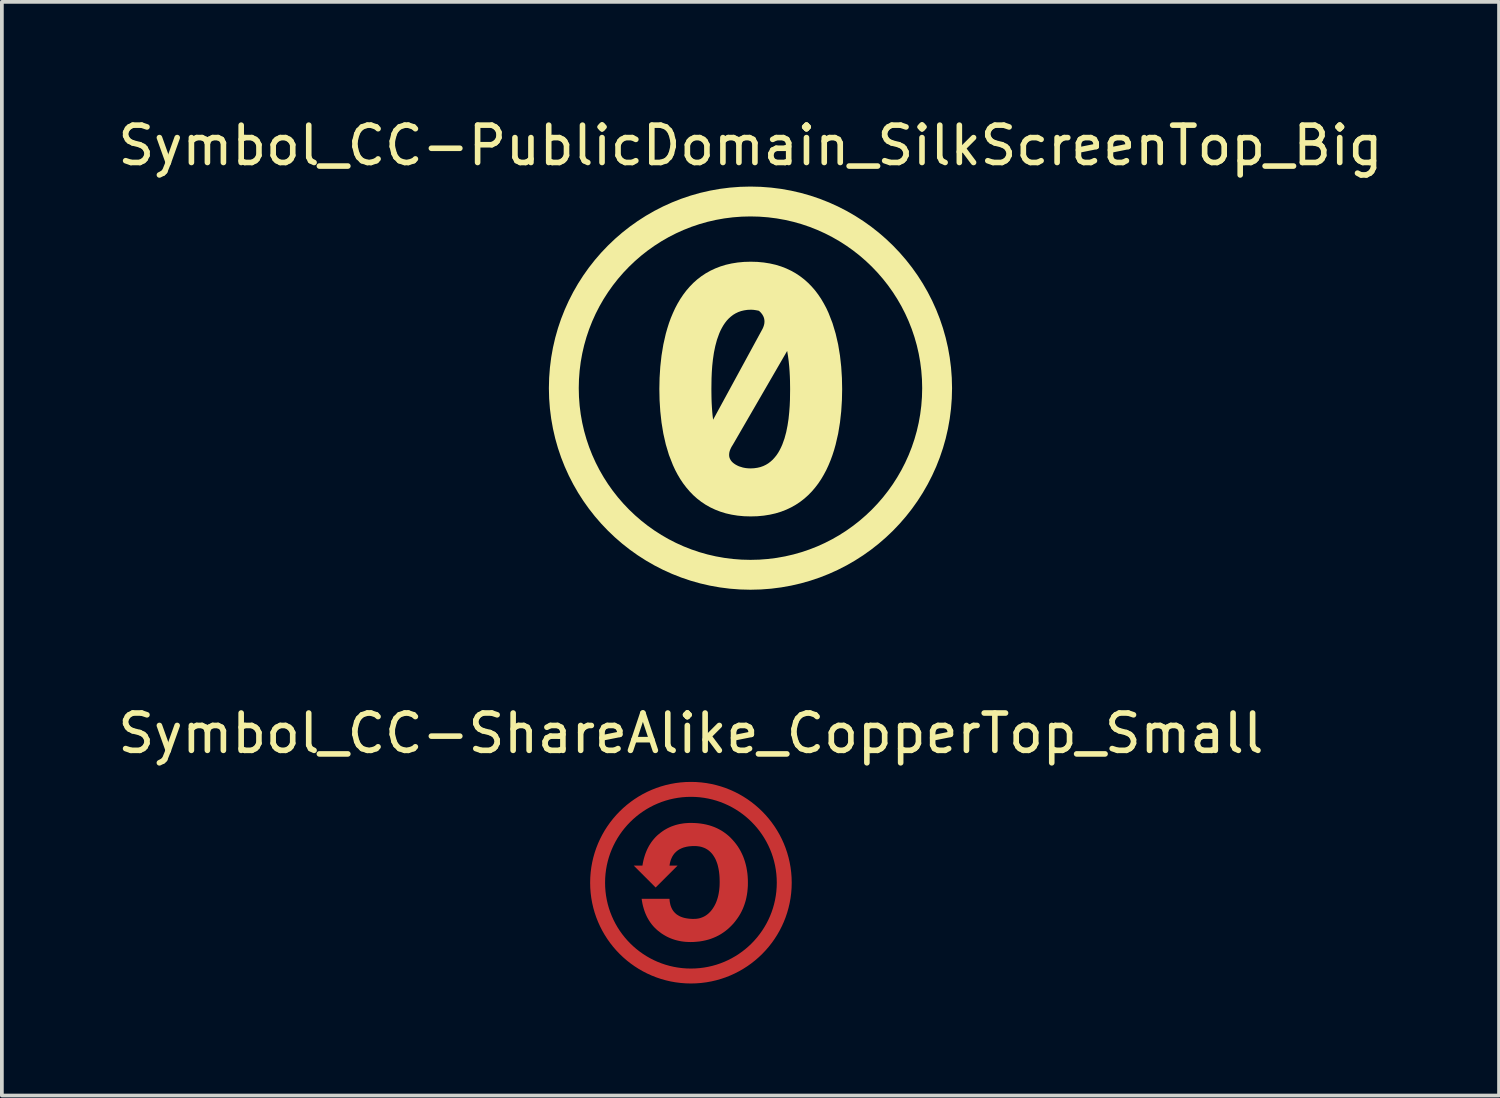
<source format=kicad_pcb>
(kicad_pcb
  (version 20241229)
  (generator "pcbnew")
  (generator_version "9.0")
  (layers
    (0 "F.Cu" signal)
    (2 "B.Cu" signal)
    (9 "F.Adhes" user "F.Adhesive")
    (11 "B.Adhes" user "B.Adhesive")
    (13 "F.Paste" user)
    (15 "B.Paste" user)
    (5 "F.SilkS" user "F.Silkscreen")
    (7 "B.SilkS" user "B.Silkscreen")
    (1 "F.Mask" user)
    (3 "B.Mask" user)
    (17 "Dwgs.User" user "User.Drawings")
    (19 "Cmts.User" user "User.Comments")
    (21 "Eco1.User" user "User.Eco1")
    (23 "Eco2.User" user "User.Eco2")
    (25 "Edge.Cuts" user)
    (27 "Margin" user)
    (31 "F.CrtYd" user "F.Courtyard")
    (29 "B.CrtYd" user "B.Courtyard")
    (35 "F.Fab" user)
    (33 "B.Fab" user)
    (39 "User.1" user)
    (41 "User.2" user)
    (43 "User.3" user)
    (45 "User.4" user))
  (footprint "Symbol_CC-ShareAlike_CopperTop_Small"
    (layer "F.Cu")
    (at 15.458 20.596)
    (property "Reference" "Symbol_CC-ShareAlike_CopperTop_Small" (at 0 -4 0) (layer "F.SilkS") (effects (font (size 1 1) (thickness 0.15))))
    (attr exclude_from_pos_files exclude_from_bom allow_missing_courtyard)
    (fp_circle (center 0.001 0) (end 2.501 0) (stroke (width 0.4) (type default)) (fill no) (layer "F.Cu"))
    (fp_poly (pts (xy 0.089 -1.599) (xy 0.173 -1.594) (xy 0.255 -1.585) (xy 0.335 -1.573) (xy 0.412 -1.557) (xy 0.487 -1.538) (xy 0.56 -1.515) (xy 0.63 -1.489) (xy 0.699 -1.459) (xy 0.765 -1.425) (xy 0.829 -1.389) (xy 0.89 -1.348) (xy 0.95 -1.304) (xy 1.007 -1.257) (xy 1.062 -1.206) (xy 1.114 -1.151) (xy 1.164 -1.094) (xy 1.211 -1.035) (xy 1.255 -0.974) (xy 1.295 -0.911) (xy 1.332 -0.846) (xy 1.366 -0.778) (xy 1.397 -0.709) (xy 1.424 -0.638) (xy 1.448 -0.565) (xy 1.469 -0.49) (xy 1.487 -0.413) (xy 1.501 -0.334) (xy 1.513 -0.253) (xy 1.521 -0.17) (xy 1.526 -0.085) (xy 1.527 0.002) (xy 1.526 0.087) (xy 1.52 0.169) (xy 1.512 0.25) (xy 1.5 0.329) (xy 1.485 0.406) (xy 1.467 0.482) (xy 1.445 0.555) (xy 1.42 0.627) (xy 1.392 0.697) (xy 1.36 0.765) (xy 1.325 0.832) (xy 1.286 0.897) (xy 1.244 0.959) (xy 1.199 1.02) (xy 1.151 1.08) (xy 1.099 1.137) (xy 1.044 1.192) (xy 0.988 1.243) (xy 0.929 1.291) (xy 0.868 1.335) (xy 0.806 1.376) (xy 0.741 1.413) (xy 0.675 1.446) (xy 0.606 1.476) (xy 0.536 1.503) (xy 0.464 1.526) (xy 0.389 1.545) (xy 0.313 1.561) (xy 0.234 1.574) (xy 0.154 1.582) (xy 0.072 1.588) (xy -0.013 1.59) (xy -0.075 1.588) (xy -0.136 1.585) (xy -0.196 1.579) (xy -0.255 1.571) (xy -0.313 1.56) (xy -0.37 1.547) (xy -0.426 1.532) (xy -0.481 1.514) (xy -0.535 1.494) (xy -0.587 1.472) (xy -0.639 1.447) (xy -0.689 1.42) (xy -0.739 1.39) (xy -0.787 1.359) (xy -0.834 1.324) (xy -0.881 1.288) (xy -0.925 1.249) (xy -0.967 1.209) (xy -1.007 1.166) (xy -1.045 1.121) (xy -1.08 1.075) (xy -1.113 1.026) (xy -1.144 0.975) (xy -1.173 0.923) (xy -1.199 0.868) (xy -1.223 0.812) (xy -1.245 0.753) (xy -1.264 0.693) (xy -1.282 0.63) (xy -1.297 0.566) (xy -1.309 0.499) (xy -1.32 0.431) (xy -0.573 0.431) (xy -0.571 0.464) (xy -0.568 0.496) (xy -0.563 0.527) (xy -0.557 0.557) (xy -0.551 0.586) (xy -0.543 0.614) (xy -0.533 0.641) (xy -0.523 0.667) (xy -0.511 0.692) (xy -0.499 0.715) (xy -0.485 0.738) (xy -0.47 0.76) (xy -0.453 0.78) (xy -0.436 0.8) (xy -0.417 0.818) (xy -0.398 0.836) (xy -0.377 0.852) (xy -0.354 0.867) (xy -0.331 0.881) (xy -0.307 0.895) (xy -0.281 0.907) (xy -0.254 0.918) (xy -0.227 0.928) (xy -0.197 0.937) (xy -0.167 0.945) (xy -0.136 0.951) (xy -0.103 0.957) (xy -0.069 0.962) (xy -0.034 0.966) (xy 0.002 0.968) (xy 0.039 0.97) (xy 0.077 0.97) (xy 0.116 0.969) (xy 0.154 0.966) (xy 0.19 0.961) (xy 0.226 0.954) (xy 0.261 0.944) (xy 0.294 0.932) (xy 0.327 0.919) (xy 0.359 0.903) (xy 0.39 0.885) (xy 0.42 0.865) (xy 0.449 0.843) (xy 0.477 0.819) (xy 0.504 0.792) (xy 0.531 0.764) (xy 0.556 0.733) (xy 0.58 0.701) (xy 0.603 0.666) (xy 0.625 0.63) (xy 0.645 0.593) (xy 0.664 0.554) (xy 0.681 0.514) (xy 0.696 0.473) (xy 0.71 0.43) (xy 0.723 0.386) (xy 0.734 0.34) (xy 0.744 0.293) (xy 0.752 0.244) (xy 0.759 0.195) (xy 0.764 0.143) (xy 0.768 0.091) (xy 0.77 0.036) (xy 0.771 -0.019) (xy 0.77 -0.077) (xy 0.768 -0.133) (xy 0.765 -0.188) (xy 0.76 -0.24) (xy 0.754 -0.291) (xy 0.746 -0.341) (xy 0.737 -0.388) (xy 0.727 -0.434) (xy 0.716 -0.478) (xy 0.703 -0.52) (xy 0.688 -0.56) (xy 0.673 -0.599) (xy 0.656 -0.636) (xy 0.637 -0.671) (xy 0.617 -0.704) (xy 0.596 -0.736) (xy 0.574 -0.766) (xy 0.55 -0.794) (xy 0.525 -0.82) (xy 0.499 -0.844) (xy 0.472 -0.866) (xy 0.444 -0.886) (xy 0.414 -0.904) (xy 0.383 -0.921) (xy 0.351 -0.935) (xy 0.318 -0.947) (xy 0.284 -0.958) (xy 0.248 -0.967) (xy 0.211 -0.973) (xy 0.173 -0.978) (xy 0.134 -0.981) (xy 0.093 -0.982) (xy 0.021 -0.98) (xy -0.047 -0.974) (xy -0.111 -0.964) (xy -0.171 -0.949) (xy -0.199 -0.941) (xy -0.226 -0.931) (xy -0.253 -0.92) (xy -0.278 -0.908) (xy -0.303 -0.896) (xy -0.326 -0.882) (xy -0.348 -0.867) (xy -0.37 -0.851) (xy -0.39 -0.834) (xy -0.409 -0.816) (xy -0.428 -0.797) (xy -0.445 -0.778) (xy -0.461 -0.757) (xy -0.476 -0.735) (xy -0.491 -0.712) (xy -0.504 -0.687) (xy -0.516 -0.662) (xy -0.527 -0.636) (xy -0.538 -0.609) (xy -0.547 -0.581) (xy -0.555 -0.552) (xy -0.562 -0.522) (xy -0.573 -0.458) (xy -0.356 -0.458) (xy -0.944 0.129) (xy -1.531 -0.458) (xy -1.298 -0.458) (xy -1.287 -0.525) (xy -1.273 -0.591) (xy -1.257 -0.654) (xy -1.239 -0.715) (xy -1.219 -0.775) (xy -1.197 -0.832) (xy -1.173 -0.888) (xy -1.146 -0.942) (xy -1.118 -0.994) (xy -1.087 -1.043) (xy -1.055 -1.091) (xy -1.02 -1.137) (xy -0.983 -1.181) (xy -0.944 -1.224) (xy -0.903 -1.264) (xy -0.859 -1.302) (xy -0.814 -1.338) (xy -0.768 -1.372) (xy -0.721 -1.404) (xy -0.672 -1.433) (xy -0.623 -1.46) (xy -0.572 -1.484) (xy -0.52 -1.507) (xy -0.466 -1.526) (xy -0.412 -1.544) (xy -0.356 -1.559) (xy -0.299 -1.572) (xy -0.241 -1.582) (xy -0.182 -1.591) (xy -0.121 -1.596) (xy -0.06 -1.6) (xy 0.003 -1.601)) (stroke (width 0) (type solid)) (fill yes) (layer "F.Cu")))
  (footprint "Symbol_CC-PublicDomain_SilkScreenTop_Big"
    (layer "F.Cu")
    (at 17.054 7.348)
    (property "Reference" "Symbol_CC-PublicDomain_SilkScreenTop_Big" (at 0 -6.5 0) (layer "F.SilkS") (effects (font (size 1 1) (thickness 0.15))))
    (attr exclude_from_pos_files exclude_from_bom allow_missing_courtyard)
    (fp_circle (center 0 0) (end 5 0) (stroke (width 0.8) (type default)) (fill no) (layer "F.SilkS"))
    (fp_poly (pts (xy 0.187 -3.382) (xy 0.357 -3.366) (xy 0.52 -3.34) (xy 0.674 -3.305) (xy 0.821 -3.26) (xy 0.96 -3.206) (xy 1.091 -3.144) (xy 1.215 -3.074) (xy 1.332 -2.996) (xy 1.442 -2.911) (xy 1.545 -2.819) (xy 1.642 -2.72) (xy 1.732 -2.616) (xy 1.816 -2.505) (xy 1.894 -2.389) (xy 1.965 -2.268) (xy 2.032 -2.143) (xy 2.092 -2.013) (xy 2.197 -1.743) (xy 2.282 -1.46) (xy 2.349 -1.169) (xy 2.398 -0.872) (xy 2.431 -0.572) (xy 2.45 -0.272) (xy 2.456 0.024) (xy 2.45 0.321) (xy 2.431 0.62) (xy 2.398 0.92) (xy 2.349 1.218) (xy 2.282 1.509) (xy 2.242 1.652) (xy 2.197 1.792) (xy 2.147 1.929) (xy 2.092 2.062) (xy 2.032 2.192) (xy 1.965 2.317) (xy 1.894 2.438) (xy 1.816 2.554) (xy 1.732 2.664) (xy 1.642 2.769) (xy 1.545 2.868) (xy 1.442 2.96) (xy 1.332 3.045) (xy 1.215 3.123) (xy 1.091 3.193) (xy 0.96 3.255) (xy 0.821 3.309) (xy 0.674 3.354) (xy 0.52 3.389) (xy 0.357 3.415) (xy 0.187 3.431) (xy 0.007 3.436) (xy -0.172 3.431) (xy -0.343 3.415) (xy -0.505 3.389) (xy -0.66 3.354) (xy -0.806 3.309) (xy -0.945 3.255) (xy -1.077 3.193) (xy -1.201 3.123) (xy -1.318 3.045) (xy -1.428 2.96) (xy -1.531 2.868) (xy -1.627 2.769) (xy -1.717 2.664) (xy -1.801 2.554) (xy -1.879 2.438) (xy -1.951 2.317) (xy -2.017 2.192) (xy -2.077 2.062) (xy -2.183 1.792) (xy -2.184 1.789) (xy -0.572 1.789) (xy -0.571 1.809) (xy -0.569 1.829) (xy -0.565 1.848) (xy -0.56 1.866) (xy -0.553 1.884) (xy -0.545 1.901) (xy -0.536 1.918) (xy -0.526 1.934) (xy -0.515 1.949) (xy -0.503 1.964) (xy -0.49 1.978) (xy -0.475 1.992) (xy -0.46 2.005) (xy -0.444 2.017) (xy -0.427 2.03) (xy -0.41 2.041) (xy -0.392 2.052) (xy -0.353 2.073) (xy -0.312 2.092) (xy -0.304 2.095) (xy -0.297 2.097) (xy -0.289 2.1) (xy -0.281 2.103) (xy -0.265 2.107) (xy -0.25 2.112) (xy -0.24 2.115) (xy -0.231 2.118) (xy -0.222 2.121) (xy -0.212 2.124) (xy -0.187 2.13) (xy -0.16 2.135) (xy -0.134 2.14) (xy -0.107 2.143) (xy -0.079 2.146) (xy -0.051 2.148) (xy -0.022 2.149) (xy 0.008 2.15) (xy 0.099 2.145) (xy 0.185 2.133) (xy 0.266 2.114) (xy 0.342 2.087) (xy 0.413 2.053) (xy 0.479 2.013) (xy 0.54 1.966) (xy 0.597 1.915) (xy 0.649 1.857) (xy 0.698 1.796) (xy 0.743 1.729) (xy 0.783 1.659) (xy 0.82 1.585) (xy 0.854 1.508) (xy 0.912 1.346) (xy 0.958 1.175) (xy 0.993 1) (xy 1.02 0.823) (xy 1.038 0.647) (xy 1.051 0.477) (xy 1.058 0.314) (xy 1.062 0.024) (xy 1.059 -0.197) (xy 1.055 -0.32) (xy 1.048 -0.45) (xy 1.038 -0.583) (xy 1.024 -0.72) (xy 1.006 -0.858) (xy 0.983 -0.997) (xy -0.474 1.519) (xy -0.492 1.547) (xy -0.508 1.574) (xy -0.522 1.601) (xy -0.534 1.627) (xy -0.545 1.652) (xy -0.554 1.677) (xy -0.561 1.701) (xy -0.566 1.724) (xy -0.569 1.746) (xy -0.571 1.768) (xy -0.572 1.789) (xy -2.184 1.789) (xy -2.268 1.509) (xy -2.334 1.218) (xy -2.383 0.92) (xy -2.416 0.62) (xy -2.435 0.321) (xy -2.441 0.024) (xy -2.441 0.024) (xy -1.047 0.024) (xy -1.045 0.204) (xy -1.043 0.302) (xy -1.039 0.405) (xy -1.033 0.511) (xy -1.025 0.621) (xy -1.015 0.733) (xy -1.001 0.846) (xy 0.302 -1.549) (xy 0.314 -1.571) (xy 0.325 -1.592) (xy 0.335 -1.613) (xy 0.343 -1.633) (xy 0.351 -1.654) (xy 0.357 -1.673) (xy 0.363 -1.693) (xy 0.367 -1.712) (xy 0.371 -1.731) (xy 0.373 -1.749) (xy 0.374 -1.767) (xy 0.375 -1.785) (xy 0.375 -1.802) (xy 0.373 -1.819) (xy 0.371 -1.836) (xy 0.368 -1.852) (xy 0.365 -1.868) (xy 0.36 -1.884) (xy 0.355 -1.899) (xy 0.349 -1.914) (xy 0.342 -1.929) (xy 0.334 -1.944) (xy 0.326 -1.958) (xy 0.318 -1.972) (xy 0.308 -1.985) (xy 0.298 -1.998) (xy 0.288 -2.011) (xy 0.277 -2.024) (xy 0.253 -2.048) (xy 0.227 -2.072) (xy 0.202 -2.078) (xy 0.175 -2.083) (xy 0.149 -2.088) (xy 0.122 -2.092) (xy 0.094 -2.096) (xy 0.066 -2.099) (xy 0.037 -2.1) (xy 0.007 -2.101) (xy -0.084 -2.097) (xy -0.17 -2.084) (xy -0.251 -2.065) (xy -0.327 -2.038) (xy -0.398 -2.004) (xy -0.464 -1.964) (xy -0.525 -1.917) (xy -0.582 -1.866) (xy -0.635 -1.809) (xy -0.683 -1.747) (xy -0.728 -1.68) (xy -0.768 -1.61) (xy -0.806 -1.536) (xy -0.839 -1.459) (xy -0.897 -1.297) (xy -0.943 -1.126) (xy -0.979 -0.951) (xy -1.005 -0.774) (xy -1.024 -0.599) (xy -1.036 -0.428) (xy -1.043 -0.265) (xy -1.047 0.024) (xy -2.441 0.024) (xy -2.435 -0.272) (xy -2.416 -0.572) (xy -2.383 -0.872) (xy -2.334 -1.169) (xy -2.268 -1.46) (xy -2.227 -1.603) (xy -2.183 -1.743) (xy -2.133 -1.88) (xy -2.077 -2.013) (xy -2.017 -2.143) (xy -1.951 -2.268) (xy -1.879 -2.389) (xy -1.801 -2.505) (xy -1.717 -2.616) (xy -1.627 -2.72) (xy -1.531 -2.819) (xy -1.428 -2.911) (xy -1.318 -2.996) (xy -1.201 -3.074) (xy -1.077 -3.144) (xy -0.945 -3.206) (xy -0.806 -3.26) (xy -0.66 -3.305) (xy -0.505 -3.34) (xy -0.343 -3.366) (xy -0.172 -3.382) (xy 0.007 -3.387)) (stroke (width 0) (type solid)) (fill yes) (layer "F.SilkS")))
  (gr_rect
    (start -3 -3)
    (end 37.107 26.297)
    (stroke (width 0.1) (type default))
    (fill no)
    (layer "Edge.Cuts")))
</source>
